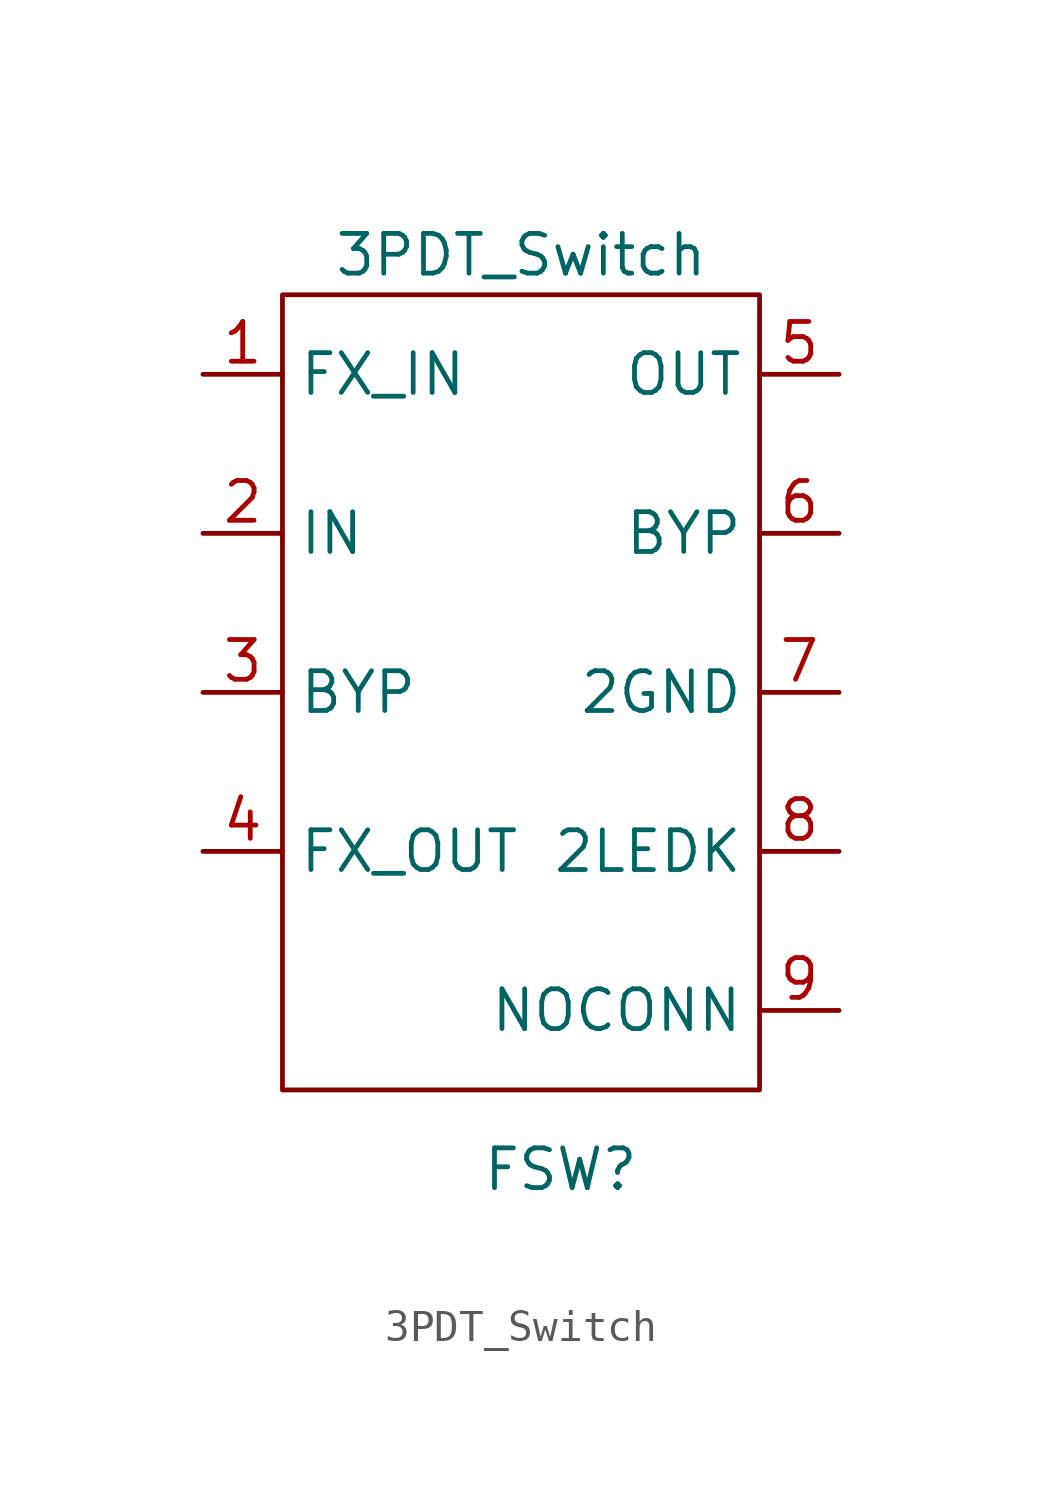
<source format=kicad_sym>
(kicad_symbol_lib
  (version 20211014)
  (generator kicad_symbol_editor)
  (symbol "3PDT_Switch"
    (property "Reference" "FSW"
      (at 1.27 -13.97 0)
      (effects (font (size 1.27 1.27))))
    (property "Value" "3PDT_Switch"
      (at 0 15.24 0)
      (effects (font (size 1.27 1.27))))
    (symbol "3PDT_Switch_0_1"
      (rectangle (start -7.62 13.97) (end 7.62 -11.43) (stroke (width 0) (type default) (color 0 0 0 0)) (fill (type none))))
    (symbol "3PDT_Switch_1_1"
      (pin output line (at -10.16 11.43 0) (length 2.54) (name "FX_IN" (effects (font (size 1.27 1.27)))) (number "1" (effects (font (size 1.27 1.27)))))
      (pin input line (at -10.16 6.35 0) (length 2.54) (name "IN" (effects (font (size 1.27 1.27)))) (number "2" (effects (font (size 1.27 1.27)))))
      (pin input line (at -10.16 1.27 0) (length 2.54) (name "BYP" (effects (font (size 1.27 1.27)))) (number "3" (effects (font (size 1.27 1.27)))))
      (pin input line (at -10.16 -3.81 0) (length 2.54) (name "FX_OUT" (effects (font (size 1.27 1.27)))) (number "4" (effects (font (size 1.27 1.27)))))
      (pin output line (at 10.16 11.43 180) (length 2.54) (name "OUT" (effects (font (size 1.27 1.27)))) (number "5" (effects (font (size 1.27 1.27)))))
      (pin input line (at 10.16 6.35 180) (length 2.54) (name "BYP" (effects (font (size 1.27 1.27)))) (number "6" (effects (font (size 1.27 1.27)))))
      (pin output line (at 10.16 1.27 180) (length 2.54) (name "2GND" (effects (font (size 1.27 1.27)))) (number "7" (effects (font (size 1.27 1.27)))))
      (pin input line (at 10.16 -3.81 180) (length 2.54) (name "2LEDK" (effects (font (size 1.27 1.27)))) (number "8" (effects (font (size 1.27 1.27)))))
      (pin output line (at 10.16 -8.89 180) (length 2.54) (name "NOCONN" (effects (font (size 1.27 1.27)))) (number "9" (effects (font (size 1.27 1.27))))))))
</source>
